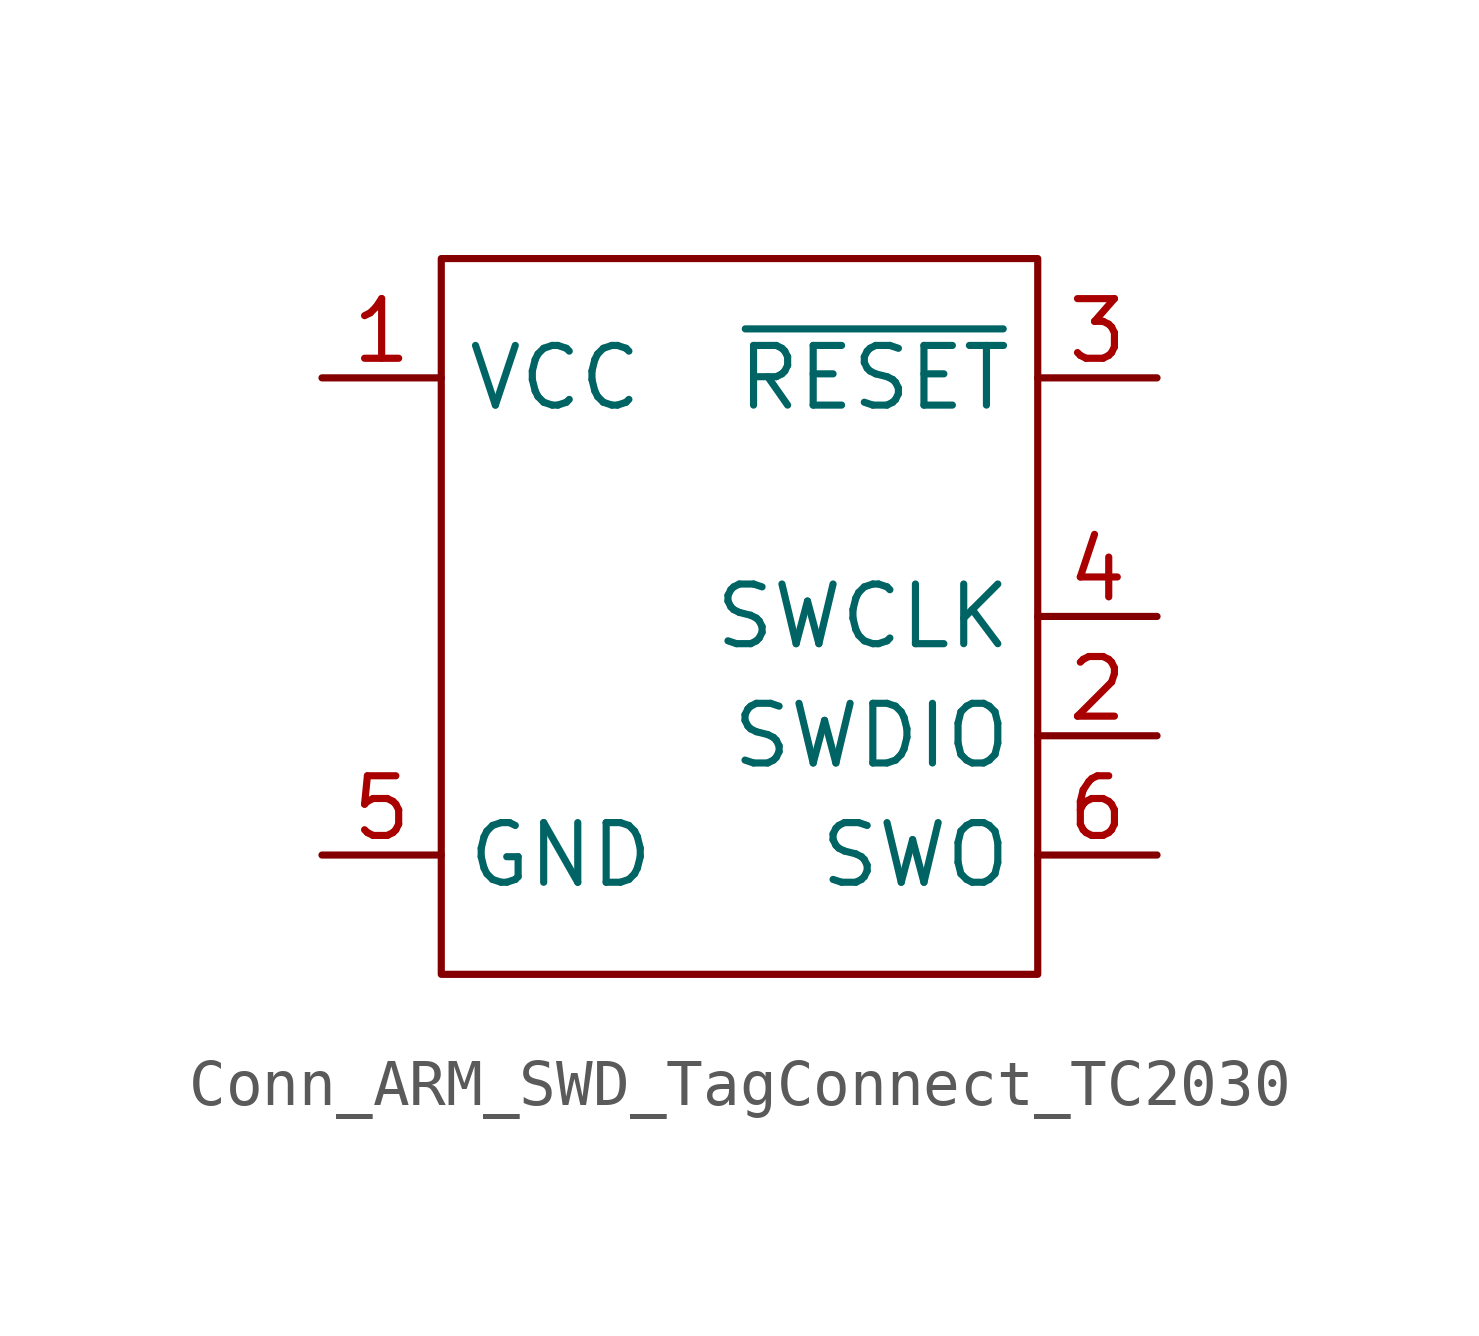
<source format=kicad_sym>
(kicad_symbol_lib
  (version 20241209)
  (generator "kicad_symbol_editor")
  (generator_version "9.0")
  (symbol "Conn_ARM_SWD_TagConnect_TC2030"
    (property "Reference" "J"
      (at 0 9.652 0)
      (effects (font (size 1.27 1.27)) (hide yes)))
    (symbol "Conn_ARM_SWD_TagConnect_TC2030_0_0"
      (pin power_in line (at -8.89 5.08 0) (length 2.54) (name "VCC" (effects (font (size 1.27 1.27)))) (number "1" (effects (font (size 1.27 1.27)))))
      (pin power_in line (at -8.89 -5.08 0) (length 2.54) (name "GND" (effects (font (size 1.27 1.27)))) (number "5" (effects (font (size 1.27 1.27)))))
      (pin open_collector line (at 8.89 5.08 180) (length 2.54) (name "~{RESET}" (effects (font (size 1.27 1.27)))) (number "3" (effects (font (size 1.27 1.27)))))
      (pin output line (at 8.89 0 180) (length 2.54) (name "SWCLK" (effects (font (size 1.27 1.27)))) (number "4" (effects (font (size 1.27 1.27)))) (alternate "TCK" output line))
      (pin bidirectional line (at 8.89 -2.54 180) (length 2.54) (name "SWDIO" (effects (font (size 1.27 1.27)))) (number "2" (effects (font (size 1.27 1.27)))) (alternate "TMS" bidirectional line))
      (pin input line (at 8.89 -5.08 180) (length 2.54) (name "SWO" (effects (font (size 1.27 1.27)))) (number "6" (effects (font (size 1.27 1.27)))) (alternate "TDO" input line)))
    (symbol "Conn_ARM_SWD_TagConnect_TC2030_1_1"
      (rectangle (start -6.35 7.62) (end 6.35 -7.62) (stroke (width 0) (type solid)) (fill (type color) (color 255 255 255 1))))))
</source>
